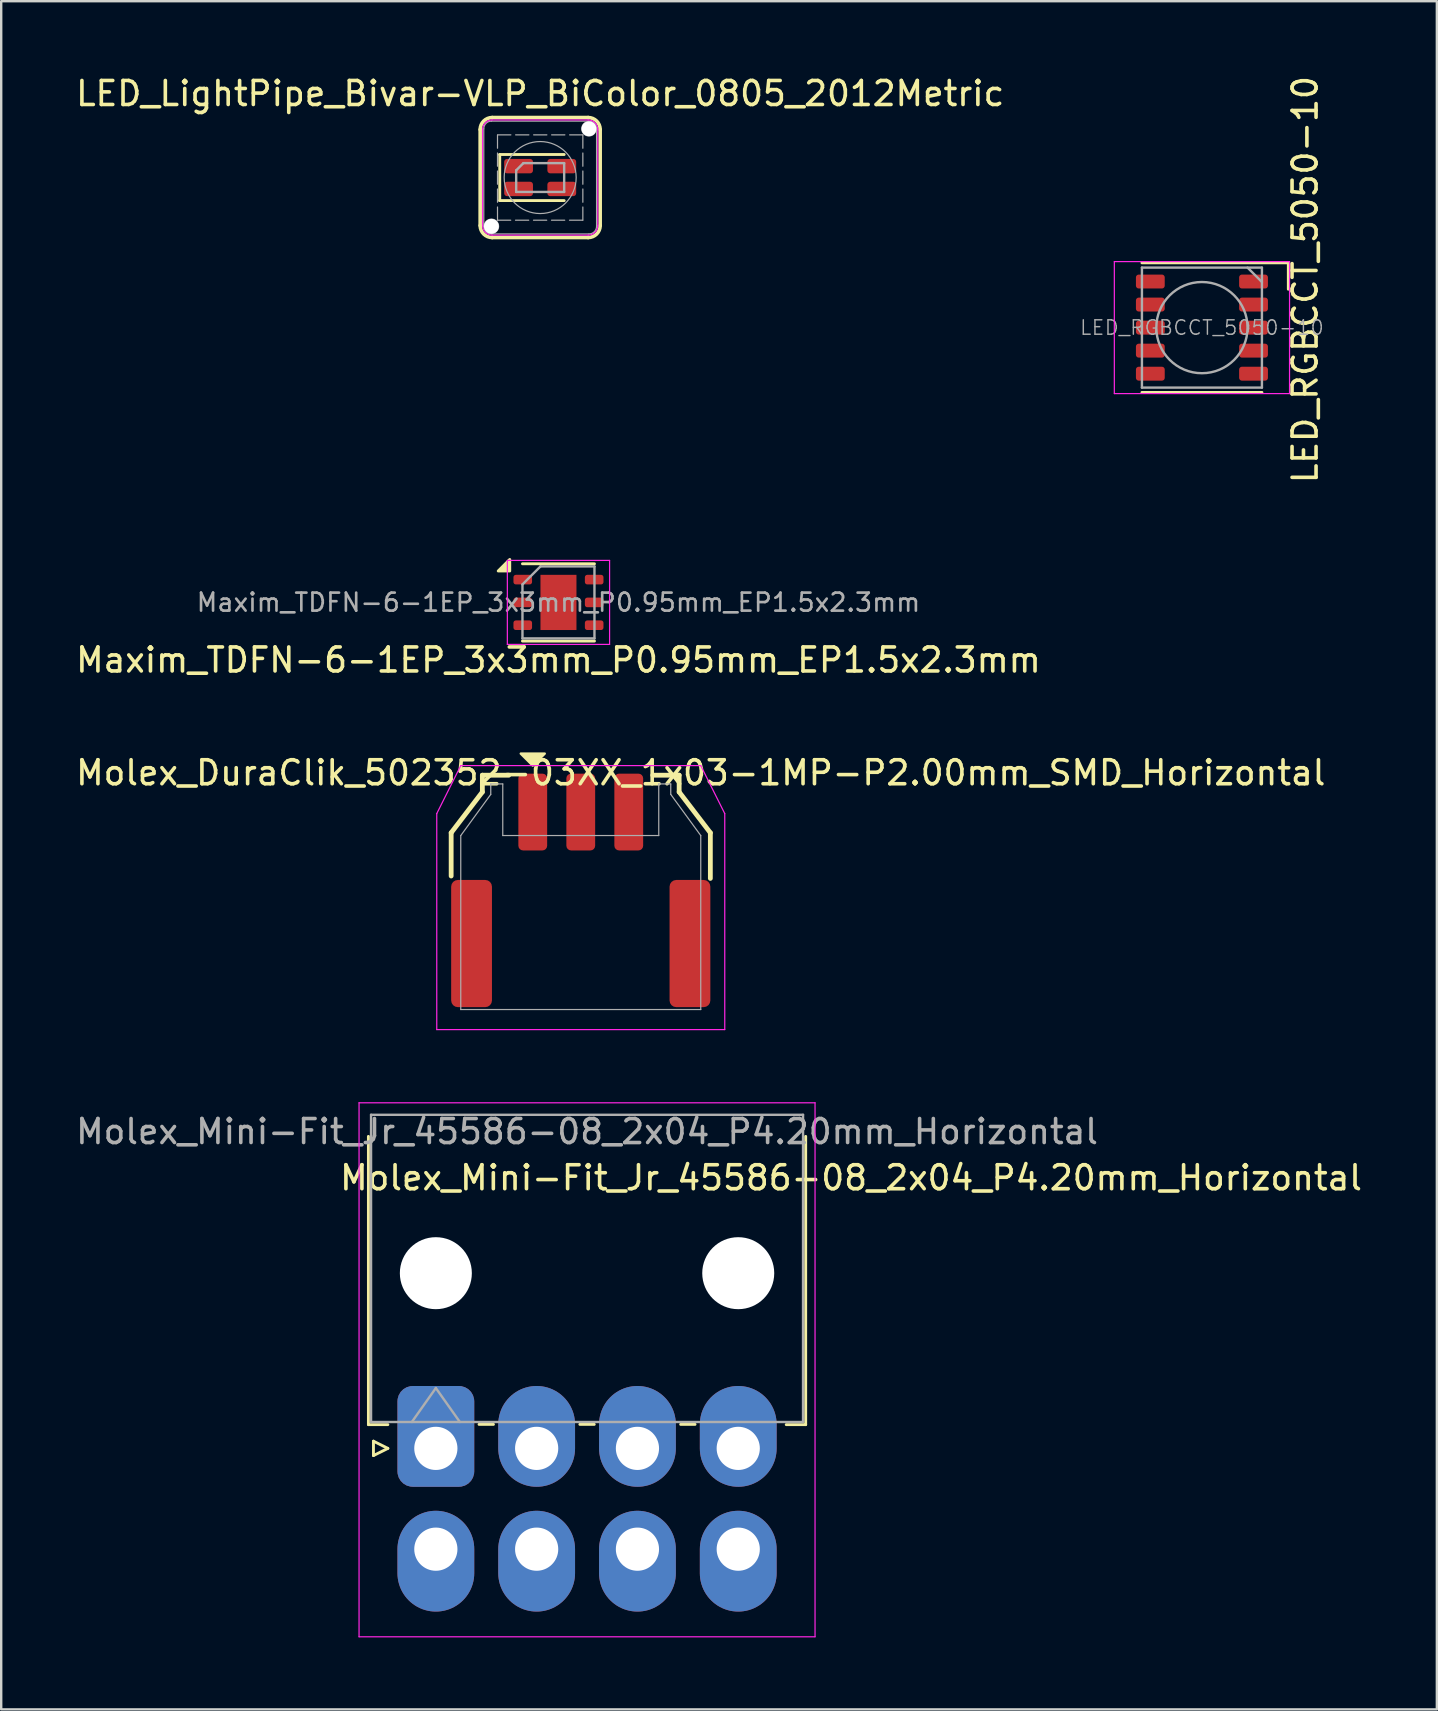
<source format=kicad_pcb>
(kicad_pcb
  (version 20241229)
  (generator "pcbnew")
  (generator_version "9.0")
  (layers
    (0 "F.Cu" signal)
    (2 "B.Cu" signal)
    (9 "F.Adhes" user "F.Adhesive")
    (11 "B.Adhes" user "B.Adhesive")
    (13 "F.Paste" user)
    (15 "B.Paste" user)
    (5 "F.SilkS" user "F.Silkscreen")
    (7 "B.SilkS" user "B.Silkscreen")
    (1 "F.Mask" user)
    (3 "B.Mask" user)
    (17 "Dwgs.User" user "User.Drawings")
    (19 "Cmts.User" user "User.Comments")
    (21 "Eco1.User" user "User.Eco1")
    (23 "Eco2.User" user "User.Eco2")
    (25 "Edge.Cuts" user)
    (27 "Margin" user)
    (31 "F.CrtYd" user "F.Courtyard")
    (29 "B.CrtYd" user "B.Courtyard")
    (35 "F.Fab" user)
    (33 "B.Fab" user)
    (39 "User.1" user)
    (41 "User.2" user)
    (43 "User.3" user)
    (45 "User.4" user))
  (footprint "LED_RGBCCT_5050-10"
    (layer "F.Cu")
    (at 47.032 10.601)
    (property "Reference" "LED_RGBCCT_5050-10" (at 4.3 -2 270) (layer "F.SilkS") (effects (font (size 1 1) (thickness 0.15))))
    (attr smd)
    (fp_line (start -2.5 -2.7) (end 3.6 -2.7) (stroke (width 0.12) (type solid)) (layer "F.SilkS"))
    (fp_line (start 2.5 2.7) (end -2.5 2.7) (stroke (width 0.12) (type solid)) (layer "F.SilkS"))
    (fp_line (start 3.6 -1.6) (end 3.6 -2.7) (stroke (width 0.12) (type solid)) (layer "F.SilkS"))
    (fp_line (start -3.65 -2.75) (end -3.65 2.75) (stroke (width 0.05) (type solid)) (layer "F.CrtYd"))
    (fp_line (start -3.65 2.75) (end 3.65 2.75) (stroke (width 0.05) (type solid)) (layer "F.CrtYd"))
    (fp_line (start 3.65 -2.75) (end -3.65 -2.75) (stroke (width 0.05) (type solid)) (layer "F.CrtYd"))
    (fp_line (start 3.65 2.75) (end 3.65 -2.75) (stroke (width 0.05) (type solid)) (layer "F.CrtYd"))
    (fp_line (start -2.5 -2.5) (end -2.5 2.5) (stroke (width 0.1) (type solid)) (layer "F.Fab"))
    (fp_line (start -2.5 2.5) (end 2.5 2.5) (stroke (width 0.1) (type solid)) (layer "F.Fab"))
    (fp_line (start 2.5 -2.5) (end -2.5 -2.5) (stroke (width 0.1) (type solid)) (layer "F.Fab"))
    (fp_line (start 2.5 -1.9) (end 1.9 -2.5) (stroke (width 0.1) (type solid)) (layer "F.Fab"))
    (fp_line (start 2.5 2.5) (end 2.5 -2.5) (stroke (width 0.1) (type solid)) (layer "F.Fab"))
    (fp_circle (center 0 0) (end 0 -1.9) (stroke (width 0.1) (type solid)) (fill no) (layer "F.Fab"))
    (fp_text user "${REFERENCE}" (at 0 0 180) (layer "F.Fab") (effects (font (size 0.6 0.6) (thickness 0.06))))
    (pad "1" smd roundrect (at 2.15 1.92) (size 1.2 0.58) (layers "F.Cu" "F.Mask" "F.Paste") (roundrect_rratio 0.2))
    (pad "2" smd roundrect (at 2.15 0.96) (size 1.2 0.58) (layers "F.Cu" "F.Mask" "F.Paste") (roundrect_rratio 0.2))
    (pad "3" smd roundrect (at 2.15 0) (size 1.2 0.58) (layers "F.Cu" "F.Mask" "F.Paste") (roundrect_rratio 0.2))
    (pad "4" smd roundrect (at 2.15 -0.96) (size 1.2 0.58) (layers "F.Cu" "F.Mask" "F.Paste") (roundrect_rratio 0.2))
    (pad "5" smd roundrect (at 2.15 -1.92) (size 1.2 0.58) (layers "F.Cu" "F.Mask" "F.Paste") (roundrect_rratio 0.2))
    (pad "6" smd roundrect (at -2.15 -1.92) (size 1.2 0.58) (layers "F.Cu" "F.Mask" "F.Paste") (roundrect_rratio 0.2))
    (pad "7" smd roundrect (at -2.15 -0.96) (size 1.2 0.58) (layers "F.Cu" "F.Mask" "F.Paste") (roundrect_rratio 0.2))
    (pad "8" smd roundrect (at -2.15 0) (size 1.2 0.58) (layers "F.Cu" "F.Mask" "F.Paste") (roundrect_rratio 0.2))
    (pad "9" smd roundrect (at -2.15 0.96) (size 1.2 0.58) (layers "F.Cu" "F.Mask" "F.Paste") (roundrect_rratio 0.2))
    (pad "10" smd roundrect (at -2.15 1.92) (size 1.2 0.58) (layers "F.Cu" "F.Mask" "F.Paste") (roundrect_rratio 0.2)))
  (footprint "Maxim_TDFN-6-1EP_3x3mm_P0.95mm_EP1.5x2.3mm"
    (layer "F.Cu")
    (at 20.22 22.052)
    (property "Reference" "Maxim_TDFN-6-1EP_3x3mm_P0.95mm_EP1.5x2.3mm" (at 0 2.4 180) (layer "F.SilkS") (effects (font (size 1 1) (thickness 0.15))))
    (attr smd)
    (fp_line (start -1.5 -1.61) (end 1.5 -1.61) (stroke (width 0.12) (type solid)) (layer "F.SilkS"))
    (fp_line (start -1.5 1.61) (end 1.5 1.61) (stroke (width 0.12) (type solid)) (layer "F.SilkS"))
    (fp_poly (pts (xy -2.03 -1.31) (xy -2.51 -1.31) (xy -2.03 -1.79) (xy -2.03 -1.31)) (stroke (width 0.12) (type solid)) (fill yes) (layer "F.SilkS"))
    (fp_line (start -2.13 -1.75) (end -2.13 1.75) (stroke (width 0.05) (type solid)) (layer "F.CrtYd"))
    (fp_line (start -2.13 1.75) (end 2.13 1.75) (stroke (width 0.05) (type solid)) (layer "F.CrtYd"))
    (fp_line (start 2.13 -1.75) (end -2.13 -1.75) (stroke (width 0.05) (type solid)) (layer "F.CrtYd"))
    (fp_line (start 2.13 1.75) (end 2.13 -1.75) (stroke (width 0.05) (type solid)) (layer "F.CrtYd"))
    (fp_line (start -1.5 -0.75) (end -0.75 -1.5) (stroke (width 0.1) (type solid)) (layer "F.Fab"))
    (fp_line (start -1.5 1.5) (end -1.5 -0.75) (stroke (width 0.1) (type solid)) (layer "F.Fab"))
    (fp_line (start -0.75 -1.5) (end 1.5 -1.5) (stroke (width 0.1) (type solid)) (layer "F.Fab"))
    (fp_line (start 1.5 -1.5) (end 1.5 1.5) (stroke (width 0.1) (type solid)) (layer "F.Fab"))
    (fp_line (start 1.5 1.5) (end -1.5 1.5) (stroke (width 0.1) (type solid)) (layer "F.Fab"))
    (fp_text user "${REFERENCE}" (at 0 0 180) (layer "F.Fab") (effects (font (size 0.75 0.75) (thickness 0.11))))
    (pad "" smd roundrect (at -0.375 -0.575) (size 0.6 0.93) (layers "F.Paste") (roundrect_rratio 0.25))
    (pad "" smd roundrect (at -0.375 0.575) (size 0.6 0.93) (layers "F.Paste") (roundrect_rratio 0.25))
    (pad "" smd roundrect (at 0.375 -0.575) (size 0.6 0.93) (layers "F.Paste") (roundrect_rratio 0.25))
    (pad "" smd roundrect (at 0.375 0.575) (size 0.6 0.93) (layers "F.Paste") (roundrect_rratio 0.25))
    (pad "1" smd roundrect (at -1.488 -0.95) (size 0.775 0.4) (layers "F.Cu" "F.Mask" "F.Paste") (roundrect_rratio 0.25))
    (pad "2" smd roundrect (at -1.488 0) (size 0.775 0.4) (layers "F.Cu" "F.Mask" "F.Paste") (roundrect_rratio 0.25))
    (pad "3" smd roundrect (at -1.488 0.95) (size 0.775 0.4) (layers "F.Cu" "F.Mask" "F.Paste") (roundrect_rratio 0.25))
    (pad "4" smd roundrect (at 1.488 0.95) (size 0.775 0.4) (layers "F.Cu" "F.Mask" "F.Paste") (roundrect_rratio 0.25))
    (pad "5" smd roundrect (at 1.488 0) (size 0.775 0.4) (layers "F.Cu" "F.Mask" "F.Paste") (roundrect_rratio 0.25))
    (pad "6" smd roundrect (at 1.488 -0.95) (size 0.775 0.4) (layers "F.Cu" "F.Mask" "F.Paste") (roundrect_rratio 0.25))
    (pad "7" smd rect (at 0 0) (size 1.5 2.3) (property pad_prop_heatsink) (layers "F.Cu" "F.Mask")))
  (footprint "Molex_DuraClik_502352-03XX_1x03-1MP-P2.00mm_SMD_Horizontal"
    (layer "F.Cu")
    (at 21.149 34.851)
    (property "Reference" "Molex_DuraClik_502352-03XX_1x03-1MP-P2.00mm_SMD_Horizontal" (at 5 -5.7 180) (layer "F.SilkS") (effects (font (size 1 1) (thickness 0.15))))
    (attr smd)
    (fp_line (start -5.4 -3.2) (end -4.1 -4.9) (stroke (width 0.2) (type solid)) (layer "F.SilkS"))
    (fp_line (start -5.4 -1.4) (end -5.4 -3.2) (stroke (width 0.2) (type solid)) (layer "F.SilkS"))
    (fp_line (start -4.1 -5.6) (end -4.1 -4.9) (stroke (width 0.2) (type solid)) (layer "F.SilkS"))
    (fp_line (start -4.1 -5.6) (end -3 -5.6) (stroke (width 0.2) (type solid)) (layer "F.SilkS"))
    (fp_line (start 4.1 -5.6) (end 3 -5.6) (stroke (width 0.2) (type solid)) (layer "F.SilkS"))
    (fp_line (start 4.1 -5.6) (end 4.1 -4.9) (stroke (width 0.2) (type solid)) (layer "F.SilkS"))
    (fp_line (start 5.4 -3.2) (end 4.1 -4.9) (stroke (width 0.2) (type solid)) (layer "F.SilkS"))
    (fp_line (start 5.4 -1.3) (end 5.4 -3.2) (stroke (width 0.2) (type solid)) (layer "F.SilkS"))
    (fp_poly (pts (xy -2 -6) (xy -1.5 -6.5) (xy -2.5 -6.5)) (stroke (width 0.1) (type solid)) (fill yes) (layer "F.SilkS"))
    (fp_line (start -6 -4) (end -6 5) (stroke (width 0.05) (type solid)) (layer "F.CrtYd"))
    (fp_line (start -6 5) (end 6 5) (stroke (width 0.05) (type solid)) (layer "F.CrtYd"))
    (fp_line (start -5 -6) (end -6 -4) (stroke (width 0.05) (type solid)) (layer "F.CrtYd"))
    (fp_line (start 5 -6) (end -5 -6) (stroke (width 0.05) (type solid)) (layer "F.CrtYd"))
    (fp_line (start 6 -4) (end 5 -6) (stroke (width 0.05) (type solid)) (layer "F.CrtYd"))
    (fp_line (start 6 5) (end 6 -4) (stroke (width 0.05) (type solid)) (layer "F.CrtYd"))
    (fp_line (start -5 4.165) (end -5 -3.085) (stroke (width 0.05) (type solid)) (layer "F.Fab"))
    (fp_line (start -3.75 -5.235) (end -3.75 -4.8) (stroke (width 0.05) (type solid)) (layer "F.Fab"))
    (fp_line (start -3.75 -4.8) (end -5 -3.085) (stroke (width 0.05) (type solid)) (layer "F.Fab"))
    (fp_line (start -3.25 -5.235) (end -3.75 -5.235) (stroke (width 0.05) (type solid)) (layer "F.Fab"))
    (fp_line (start -3.25 -5.235) (end -3.25 -3.085) (stroke (width 0.05) (type solid)) (layer "F.Fab"))
    (fp_line (start 3.25 -5.235) (end 3.25 -3.085) (stroke (width 0.05) (type solid)) (layer "F.Fab"))
    (fp_line (start 3.25 -5.235) (end 3.75 -5.235) (stroke (width 0.05) (type solid)) (layer "F.Fab"))
    (fp_line (start 3.25 -3.085) (end -3.25 -3.085) (stroke (width 0.05) (type solid)) (layer "F.Fab"))
    (fp_line (start 3.75 -5.235) (end 3.75 -4.8) (stroke (width 0.05) (type solid)) (layer "F.Fab"))
    (fp_line (start 3.75 -4.8) (end 5 -3.085) (stroke (width 0.05) (type solid)) (layer "F.Fab"))
    (fp_line (start 5 4.165) (end -5 4.165) (stroke (width 0.05) (type solid)) (layer "F.Fab"))
    (fp_line (start 5 4.165) (end 5 -3.085) (stroke (width 0.05) (type solid)) (layer "F.Fab"))
    (pad "1" smd roundrect (at -2 -4.065) (size 1.2 3.2) (layers "F.Cu" "F.Mask" "F.Paste") (roundrect_rratio 0.164))
    (pad "2" smd roundrect (at 0 -4.065) (size 1.2 3.2) (layers "F.Cu" "F.Mask" "F.Paste") (roundrect_rratio 0.164))
    (pad "3" smd roundrect (at 2 -4.065) (size 1.2 3.2) (layers "F.Cu" "F.Mask" "F.Paste") (roundrect_rratio 0.164))
    (pad "MP" smd roundrect (at -4.55 1.415) (size 1.7 5.3) (layers "F.Cu" "F.Mask" "F.Paste") (roundrect_rratio 0.164))
    (pad "MP" smd roundrect (at 4.55 1.415) (size 1.7 5.3) (layers "F.Cu" "F.Mask" "F.Paste") (roundrect_rratio 0.164)))
  (footprint "Molex_Mini-Fit_Jr_45586-08_2x04_P4.20mm_Horizontal"
    (layer "F.Cu")
    (at 15.111 57.301)
    (property "Reference" "Molex_Mini-Fit_Jr_45586-08_2x04_P4.20mm_Horizontal" (at 17.3 -11.275 180) (layer "F.SilkS") (effects (font (size 1 1) (thickness 0.15))))
    (attr through_hole)
    (fp_line (start -2.81 -0.99) (end -2.81 -13) (stroke (width 0.12) (type solid)) (layer "F.SilkS"))
    (fp_line (start -2.6 -0.3) (end -2 0) (stroke (width 0.12) (type solid)) (layer "F.SilkS"))
    (fp_line (start -2.6 0.3) (end -2.6 -0.3) (stroke (width 0.12) (type solid)) (layer "F.SilkS"))
    (fp_line (start -2 -0.99) (end -2.81 -0.99) (stroke (width 0.12) (type solid)) (layer "F.SilkS"))
    (fp_line (start -2 0) (end -2.6 0.3) (stroke (width 0.12) (type solid)) (layer "F.SilkS"))
    (fp_line (start 1.8 -1) (end 2.4 -1) (stroke (width 0.12) (type solid)) (layer "F.SilkS"))
    (fp_line (start 6 -1) (end 6.6 -1) (stroke (width 0.12) (type solid)) (layer "F.SilkS"))
    (fp_line (start 10.2 -1) (end 10.8 -1) (stroke (width 0.12) (type solid)) (layer "F.SilkS"))
    (fp_line (start 14.6 -0.99) (end 15.41 -0.99) (stroke (width 0.12) (type solid)) (layer "F.SilkS"))
    (fp_line (start 15.41 -0.99) (end 15.41 -13) (stroke (width 0.12) (type solid)) (layer "F.SilkS"))
    (fp_line (start -3.2 -14.4) (end -3.2 7.85) (stroke (width 0.05) (type solid)) (layer "F.CrtYd"))
    (fp_line (start -3.2 7.85) (end 15.8 7.85) (stroke (width 0.05) (type solid)) (layer "F.CrtYd"))
    (fp_line (start 15.8 -14.4) (end -3.2 -14.4) (stroke (width 0.05) (type solid)) (layer "F.CrtYd"))
    (fp_line (start 15.8 7.85) (end 15.8 -14.4) (stroke (width 0.05) (type solid)) (layer "F.CrtYd"))
    (fp_line (start -2.7 -13.9) (end -2.7 -1.1) (stroke (width 0.1) (type solid)) (layer "F.Fab"))
    (fp_line (start -2.7 -1.1) (end 15.3 -1.1) (stroke (width 0.1) (type solid)) (layer "F.Fab"))
    (fp_line (start -1 -1.1) (end 0 -2.514) (stroke (width 0.1) (type solid)) (layer "F.Fab"))
    (fp_line (start 0 -2.514) (end 1 -1.1) (stroke (width 0.1) (type solid)) (layer "F.Fab"))
    (fp_line (start 15.3 -13.9) (end -2.7 -13.9) (stroke (width 0.1) (type solid)) (layer "F.Fab"))
    (fp_line (start 15.3 -1.1) (end 15.3 -13.9) (stroke (width 0.1) (type solid)) (layer "F.Fab"))
    (fp_text user "${REFERENCE}" (at 6.3 -13.2 180) (layer "F.Fab") (effects (font (size 1 1) (thickness 0.15))))
    (pad "" np_thru_hole circle (at 0 -7.3) (size 3 3) (drill 3) (layers "*.Cu" "*.Mask"))
    (pad "" np_thru_hole circle (at 12.6 -7.3) (size 3 3) (drill 3) (layers "*.Cu" "*.Mask"))
    (pad "1" thru_hole roundrect (at 0 0) (size 3.2 4.2) (drill 1.8 (offset 0 -0.5)) (layers "*.Cu" "*.Mask") (roundrect_rratio 0.2))
    (pad "2" thru_hole oval (at 4.2 0) (size 3.2 4.2) (drill 1.8 (offset 0 -0.5)) (layers "*.Cu" "*.Mask"))
    (pad "3" thru_hole oval (at 8.4 0) (size 3.2 4.2) (drill 1.8 (offset 0 -0.5)) (layers "*.Cu" "*.Mask"))
    (pad "4" thru_hole oval (at 12.6 0) (size 3.2 4.2) (drill 1.8 (offset 0 -0.5)) (layers "*.Cu" "*.Mask"))
    (pad "5" thru_hole oval (at 0 4.2) (size 3.2 4.2) (drill 1.8 (offset 0 0.5)) (layers "*.Cu" "*.Mask"))
    (pad "6" thru_hole oval (at 4.2 4.2) (size 3.2 4.2) (drill 1.8 (offset 0 0.5)) (layers "*.Cu" "*.Mask"))
    (pad "7" thru_hole oval (at 8.4 4.2) (size 3.2 4.2) (drill 1.8 (offset 0 0.5)) (layers "*.Cu" "*.Mask"))
    (pad "8" thru_hole oval (at 12.6 4.2) (size 3.2 4.2) (drill 1.8 (offset 0 0.5)) (layers "*.Cu" "*.Mask")))
  (footprint "LED_LightPipe_Bivar-VLP_BiColor_0805_2012Metric"
    (layer "F.Cu")
    (at 19.458 4.348)
    (property "Reference" "LED_LightPipe_Bivar-VLP_BiColor_0805_2012Metric" (at 0 -3.5 0) (layer "F.SilkS") (effects (font (size 1 1) (thickness 0.15))))
    (attr smd)
    (fp_line (start -2.5 -2) (end -2.5 2) (stroke (width 0.15) (type default)) (layer "F.SilkS"))
    (fp_line (start -2 -2.5) (end 2 -2.5) (stroke (width 0.15) (type default)) (layer "F.SilkS"))
    (fp_line (start -1.685 -0.96) (end -1.685 0.96) (stroke (width 0.12) (type solid)) (layer "F.SilkS"))
    (fp_line (start -1.685 0.96) (end 1 0.96) (stroke (width 0.12) (type solid)) (layer "F.SilkS"))
    (fp_line (start 1 -0.96) (end -1.685 -0.96) (stroke (width 0.12) (type solid)) (layer "F.SilkS"))
    (fp_line (start 2 2.5) (end -2 2.5) (stroke (width 0.15) (type default)) (layer "F.SilkS"))
    (fp_line (start 2.5 -2) (end 2.5 2) (stroke (width 0.15) (type default)) (layer "F.SilkS"))
    (fp_arc (start -2.5 -2) (mid -2.353553 -2.353553) (end -2 -2.5) (stroke (width 0.15) (type default)) (layer "F.SilkS"))
    (fp_arc (start -2 2.5) (mid -2.353553 2.353553) (end -2.5 2) (stroke (width 0.15) (type default)) (layer "F.SilkS"))
    (fp_arc (start 2 -2.5) (mid 2.353553 -2.353553) (end 2.5 -2) (stroke (width 0.15) (type default)) (layer "F.SilkS"))
    (fp_arc (start 2.5 2) (mid 2.353553 2.353553) (end 2 2.5) (stroke (width 0.15) (type default)) (layer "F.SilkS"))
    (fp_line (start -2.4 2) (end -2.4 -2) (stroke (width 0.05) (type default)) (layer "F.CrtYd"))
    (fp_line (start -2 -2.4) (end 2 -2.4) (stroke (width 0.05) (type default)) (layer "F.CrtYd"))
    (fp_line (start 2 2.4) (end -2 2.4) (stroke (width 0.05) (type default)) (layer "F.CrtYd"))
    (fp_line (start 2.4 2) (end 2.4 -2) (stroke (width 0.05) (type default)) (layer "F.CrtYd"))
    (fp_arc (start -2.4 -2) (mid -2.282842 -2.282842) (end -2 -2.4) (stroke (width 0.05) (type default)) (layer "F.CrtYd"))
    (fp_arc (start -2 2.4) (mid -2.282842 2.282842) (end -2.4 2) (stroke (width 0.05) (type default)) (layer "F.CrtYd"))
    (fp_arc (start 2 -2.4) (mid 2.282843 -2.282843) (end 2.4 -2) (stroke (width 0.05) (type default)) (layer "F.CrtYd"))
    (fp_arc (start 2.4 2) (mid 2.282843 2.282843) (end 2 2.4) (stroke (width 0.05) (type default)) (layer "F.CrtYd"))
    (fp_line (start -2.35 -2.032) (end -2.35 2.032) (stroke (width 0.05) (type default)) (layer "F.Fab"))
    (fp_line (start -2.032 -2.35) (end 2.032 -2.35) (stroke (width 0.05) (type default)) (layer "F.Fab"))
    (fp_line (start -2.032 2.35) (end 2.032 2.35) (stroke (width 0.05) (type default)) (layer "F.Fab"))
    (fp_line (start -1.778 1.778) (end -1.778 -1.778) (stroke (width 0.05) (type dash)) (layer "F.Fab"))
    (fp_line (start -1.778 1.778) (end 1.778 1.778) (stroke (width 0.05) (type dash)) (layer "F.Fab"))
    (fp_line (start -1 -0.3) (end -1 0.6) (stroke (width 0.1) (type solid)) (layer "F.Fab"))
    (fp_line (start -1 0.6) (end 1 0.6) (stroke (width 0.1) (type solid)) (layer "F.Fab"))
    (fp_line (start -0.7 -0.6) (end -1 -0.3) (stroke (width 0.1) (type solid)) (layer "F.Fab"))
    (fp_line (start 1 -0.6) (end -0.7 -0.6) (stroke (width 0.1) (type solid)) (layer "F.Fab"))
    (fp_line (start 1 0.6) (end 1 -0.6) (stroke (width 0.1) (type solid)) (layer "F.Fab"))
    (fp_line (start 1.778 -1.778) (end -1.778 -1.778) (stroke (width 0.05) (type dash)) (layer "F.Fab"))
    (fp_line (start 1.778 1.778) (end 1.778 -1.778) (stroke (width 0.05) (type dash)) (layer "F.Fab"))
    (fp_line (start 2.35 -2.032) (end 2.35 2.032) (stroke (width 0.05) (type default)) (layer "F.Fab"))
    (fp_arc (start -2.35 -2.032) (mid -2.256859 -2.256859) (end -2.032 -2.35) (stroke (width 0.05) (type default)) (layer "F.Fab"))
    (fp_arc (start -2.032 2.35) (mid -2.256859 2.256859) (end -2.35 2.032) (stroke (width 0.05) (type default)) (layer "F.Fab"))
    (fp_arc (start 2.032 -2.35) (mid 2.25686 -2.25686) (end 2.35 -2.032) (stroke (width 0.05) (type default)) (layer "F.Fab"))
    (fp_arc (start 2.35 2.032) (mid 2.25686 2.25686) (end 2.032 2.35) (stroke (width 0.05) (type default)) (layer "F.Fab"))
    (fp_circle (center -2.032 2.032) (end -1.732 2.032) (stroke (width 0.05) (type default)) (fill no) (layer "F.Fab"))
    (fp_circle (center 0 0) (end 1.5 0) (stroke (width 0.05) (type default)) (fill no) (layer "F.Fab"))
    (fp_circle (center 2.032 -2.032) (end 2.332 -2.032) (stroke (width 0.05) (type default)) (fill no) (layer "F.Fab"))
    (pad "" np_thru_hole circle (at -2.032 2.032) (size 0.62 0.62) (drill 0.65) (layers "*.Cu" "*.Mask"))
    (pad "" np_thru_hole circle (at 2.032 -2.032) (size 0.62 0.62) (drill 0.65) (layers "*.Cu" "*.Mask"))
    (pad "1" smd roundrect (at 0.9 -0.475) (size 1.2 0.6) (layers "F.Cu" "F.Mask" "F.Paste") (roundrect_rratio 0.2))
    (pad "2" smd roundrect (at -0.9 -0.475) (size 1.2 0.6) (layers "F.Cu" "F.Mask" "F.Paste") (roundrect_rratio 0.2))
    (pad "3" smd roundrect (at -0.9 0.475) (size 1.2 0.6) (layers "F.Cu" "F.Mask" "F.Paste") (roundrect_rratio 0.2))
    (pad "4" smd roundrect (at 0.9 0.475) (size 1.2 0.6) (layers "F.Cu" "F.Mask" "F.Paste") (roundrect_rratio 0.2)))
  (gr_rect
    (start -3 -3)
    (end 56.821 68.176)
    (stroke (width 0.1) (type default))
    (fill no)
    (layer "Edge.Cuts")))
</source>
